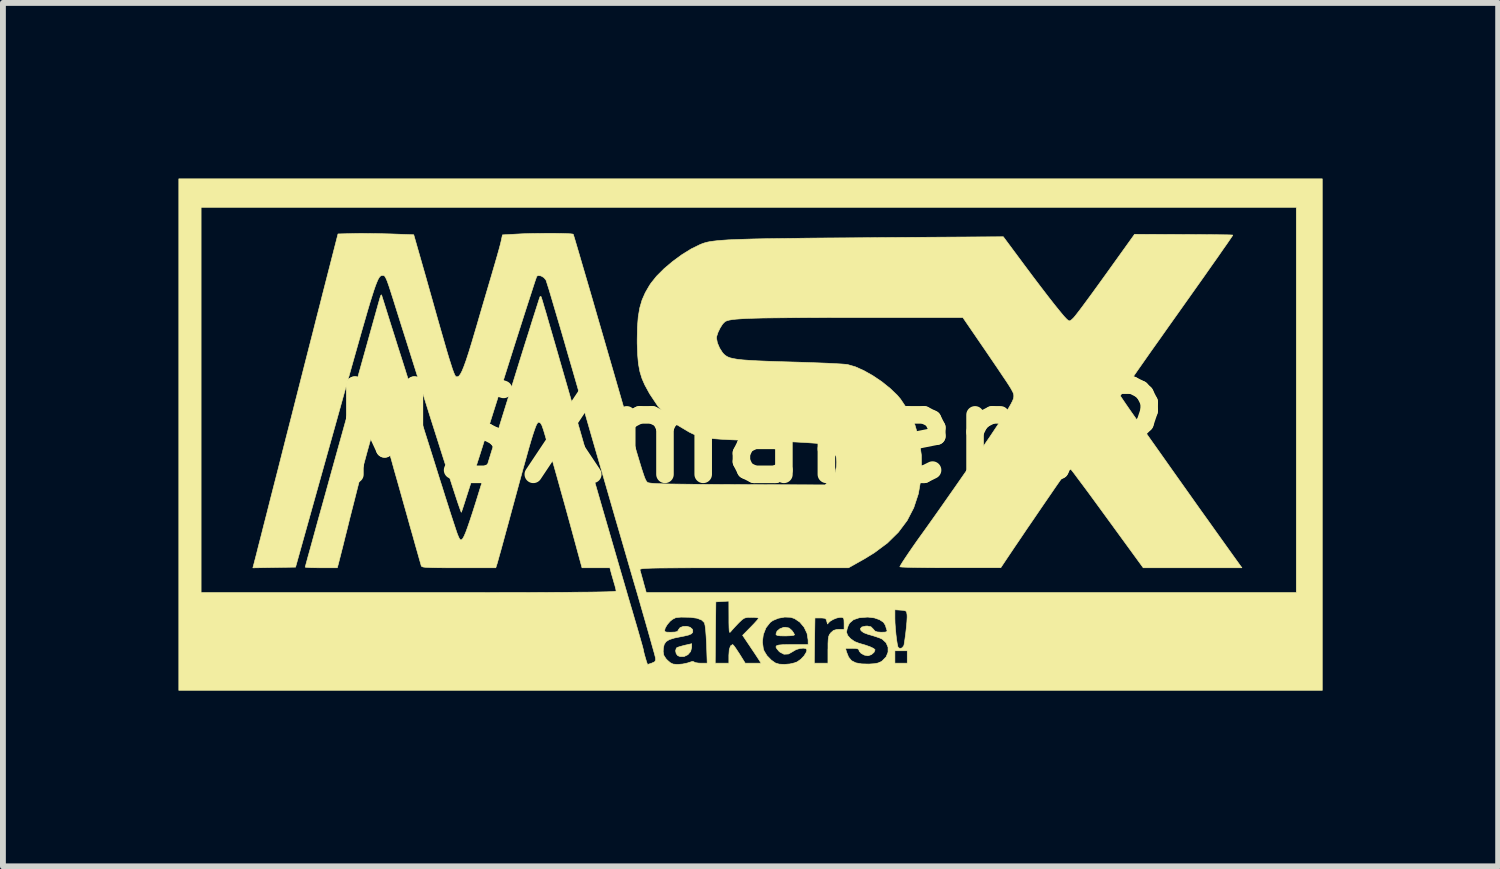
<source format=kicad_pcb>
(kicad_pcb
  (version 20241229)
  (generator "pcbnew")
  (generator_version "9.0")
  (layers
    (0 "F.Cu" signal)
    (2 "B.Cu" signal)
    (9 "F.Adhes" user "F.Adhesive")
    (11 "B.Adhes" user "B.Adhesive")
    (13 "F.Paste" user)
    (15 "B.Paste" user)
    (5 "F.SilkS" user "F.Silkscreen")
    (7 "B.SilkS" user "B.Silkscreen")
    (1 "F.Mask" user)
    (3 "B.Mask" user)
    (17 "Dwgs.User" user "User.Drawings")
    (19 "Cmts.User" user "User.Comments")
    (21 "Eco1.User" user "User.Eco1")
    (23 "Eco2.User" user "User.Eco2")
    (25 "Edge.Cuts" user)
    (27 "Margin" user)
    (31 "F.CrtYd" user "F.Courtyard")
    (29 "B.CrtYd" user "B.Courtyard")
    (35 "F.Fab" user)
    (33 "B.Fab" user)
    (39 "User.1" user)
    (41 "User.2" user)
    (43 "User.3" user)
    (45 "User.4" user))
  (footprint "MSXmakers2"
    (layer "F.Cu")
    (at 9.763 4.365)
    (property "Reference" "MSXmakers2" (at 0 0 0) (layer "F.SilkS") (effects (font (size 1.524 1.524) (thickness 0.3))))
    (attr through_hole)
    (fp_poly (pts (xy -0.995 3.644) (xy -1.013 3.716) (xy -1.06 3.771) (xy -1.124 3.802) (xy -1.195 3.802) (xy -1.233 3.787) (xy -1.26 3.752) (xy -1.27 3.704) (xy -1.258 3.661) (xy -1.247 3.65) (xy -1.215 3.638) (xy -1.156 3.621) (xy -1.11 3.609) (xy -0.995 3.583) (xy -0.995 3.644)) (stroke (width 0.01) (type solid)) (fill yes) (layer "F.SilkS"))
    (fp_poly (pts (xy 0.669 3.315) (xy 0.718 3.358) (xy 0.748 3.401) (xy 0.762 3.431) (xy 0.762 3.432) (xy 0.743 3.441) (xy 0.691 3.447) (xy 0.618 3.45) (xy 0.603 3.45) (xy 0.52 3.449) (xy 0.47 3.442) (xy 0.448 3.431) (xy 0.445 3.418) (xy 0.463 3.369) (xy 0.512 3.328) (xy 0.576 3.304) (xy 0.602 3.302) (xy 0.669 3.315)) (stroke (width 0.01) (type solid)) (fill yes) (layer "F.SilkS"))
    (fp_poly (pts (xy 9.779 4.381) (xy -9.758 4.381) (xy -9.758 -3.873) (xy -9.377 -3.873) (xy -9.377 2.709) (xy -5.831 2.709) (xy -5.361 2.709) (xy -4.932 2.709) (xy -4.542 2.709) (xy -4.189 2.708) (xy -3.873 2.708) (xy -3.59 2.707) (xy -3.341 2.706) (xy -3.122 2.705) (xy -2.933 2.703) (xy -2.771 2.702) (xy -2.636 2.7) (xy -2.526 2.698) (xy -2.438 2.696) (xy -2.372 2.693) (xy -2.326 2.69) (xy -2.298 2.687) (xy -2.287 2.684) (xy -2.286 2.683) (xy -2.292 2.649) (xy -2.307 2.59) (xy -2.319 2.551) (xy -2.342 2.47) (xy -2.365 2.392) (xy -2.372 2.365) (xy -2.393 2.286) (xy -2.869 2.286) (xy -3.046 1.635) (xy -3.105 1.42) (xy -3.166 1.198) (xy -3.229 0.974) (xy -3.29 0.754) (xy -3.349 0.545) (xy -3.404 0.352) (xy -3.454 0.181) (xy -3.495 0.039) (xy -3.527 -0.068) (xy -3.529 -0.074) (xy -3.555 -0.148) (xy -3.579 -0.188) (xy -3.606 -0.201) (xy -3.608 -0.201) (xy -3.62 -0.197) (xy -3.632 -0.183) (xy -3.647 -0.158) (xy -3.664 -0.117) (xy -3.685 -0.058) (xy -3.711 0.02) (xy -3.742 0.121) (xy -3.779 0.248) (xy -3.822 0.403) (xy -3.874 0.588) (xy -3.934 0.807) (xy -4.003 1.061) (xy -4.077 1.333) (xy -4.126 1.515) (xy -4.173 1.686) (xy -4.215 1.841) (xy -4.252 1.976) (xy -4.283 2.086) (xy -4.305 2.166) (xy -4.318 2.212) (xy -4.32 2.217) (xy -4.342 2.286) (xy -4.974 2.286) (xy -5.155 2.286) (xy -5.298 2.285) (xy -5.408 2.284) (xy -5.488 2.281) (xy -5.545 2.278) (xy -5.582 2.273) (xy -5.603 2.266) (xy -5.613 2.257) (xy -5.617 2.249) (xy -5.628 2.208) (xy -5.65 2.132) (xy -5.68 2.025) (xy -5.718 1.892) (xy -5.761 1.737) (xy -5.81 1.566) (xy -5.861 1.382) (xy -5.915 1.191) (xy -5.969 0.998) (xy -6.023 0.806) (xy -6.076 0.621) (xy -6.124 0.447) (xy -6.169 0.288) (xy -6.208 0.151) (xy -6.239 0.038) (xy -6.263 -0.045) (xy -6.276 -0.093) (xy -6.278 -0.101) (xy -6.306 -0.176) (xy -6.337 -0.209) (xy -6.371 -0.201) (xy -6.389 -0.184) (xy -6.404 -0.152) (xy -6.427 -0.084) (xy -6.458 0.019) (xy -6.497 0.151) (xy -6.541 0.309) (xy -6.59 0.49) (xy -6.644 0.689) (xy -6.7 0.903) (xy -6.757 1.129) (xy -6.816 1.361) (xy -6.836 1.439) (xy -6.877 1.607) (xy -6.917 1.765) (xy -6.952 1.907) (xy -6.983 2.029) (xy -7.007 2.123) (xy -7.023 2.186) (xy -7.028 2.207) (xy -7.05 2.286) (xy -7.325 2.286) (xy -7.427 2.285) (xy -7.512 2.283) (xy -7.571 2.279) (xy -7.598 2.275) (xy -7.599 2.274) (xy -7.593 2.253) (xy -7.577 2.194) (xy -7.552 2.101) (xy -7.517 1.976) (xy -7.475 1.823) (xy -7.426 1.645) (xy -7.371 1.445) (xy -7.31 1.227) (xy -7.245 0.993) (xy -7.177 0.746) (xy -7.106 0.49) (xy -7.033 0.228) (xy -6.959 -0.037) (xy -6.886 -0.301) (xy -6.813 -0.563) (xy -6.742 -0.818) (xy -6.674 -1.063) (xy -6.609 -1.296) (xy -6.548 -1.513) (xy -6.493 -1.711) (xy -6.444 -1.886) (xy -6.402 -2.036) (xy -6.368 -2.158) (xy -6.343 -2.248) (xy -6.327 -2.303) (xy -6.324 -2.316) (xy -6.308 -2.365) (xy -6.297 -2.378) (xy -6.288 -2.359) (xy -6.285 -2.347) (xy -6.276 -2.319) (xy -6.255 -2.253) (xy -6.224 -2.154) (xy -6.184 -2.026) (xy -6.136 -1.873) (xy -6.08 -1.697) (xy -6.019 -1.502) (xy -5.952 -1.293) (xy -5.882 -1.072) (xy -5.878 -1.058) (xy -5.8 -0.811) (xy -5.718 -0.554) (xy -5.636 -0.295) (xy -5.556 -0.039) (xy -5.478 0.207) (xy -5.406 0.435) (xy -5.342 0.64) (xy -5.287 0.815) (xy -5.263 0.889) (xy -5.21 1.059) (xy -5.158 1.221) (xy -5.111 1.369) (xy -5.069 1.497) (xy -5.035 1.6) (xy -5.011 1.673) (xy -5 1.704) (xy -4.984 1.744) (xy -4.969 1.777) (xy -4.955 1.8) (xy -4.94 1.81) (xy -4.924 1.806) (xy -4.905 1.784) (xy -4.883 1.744) (xy -4.856 1.681) (xy -4.824 1.594) (xy -4.785 1.48) (xy -4.738 1.338) (xy -4.683 1.165) (xy -4.619 0.958) (xy -4.543 0.715) (xy -4.463 0.455) (xy -4.339 0.055) (xy -4.223 -0.319) (xy -4.115 -0.665) (xy -4.016 -0.983) (xy -3.927 -1.271) (xy -3.847 -1.527) (xy -3.776 -1.751) (xy -3.717 -1.941) (xy -3.667 -2.097) (xy -3.629 -2.216) (xy -3.603 -2.298) (xy -3.588 -2.341) (xy -3.585 -2.348) (xy -3.569 -2.348) (xy -3.561 -2.326) (xy -3.543 -2.268) (xy -3.516 -2.176) (xy -3.48 -2.056) (xy -3.438 -1.909) (xy -3.389 -1.741) (xy -3.335 -1.555) (xy -3.277 -1.354) (xy -3.25 -1.259) (xy -3.119 -0.805) (xy -2.991 -0.36) (xy -2.866 0.073) (xy -2.746 0.492) (xy -2.63 0.893) (xy -2.52 1.274) (xy -2.416 1.632) (xy -2.32 1.963) (xy -2.232 2.266) (xy -2.153 2.536) (xy -2.084 2.773) (xy -2.026 2.971) (xy -2.019 2.993) (xy -1.972 3.155) (xy -1.928 3.304) (xy -1.89 3.436) (xy -1.859 3.545) (xy -1.836 3.626) (xy -1.823 3.676) (xy -1.82 3.688) (xy -1.815 3.718) (xy -1.802 3.77) (xy -1.784 3.832) (xy -1.767 3.889) (xy -1.753 3.928) (xy -1.748 3.937) (xy -1.726 3.931) (xy -1.68 3.916) (xy -1.673 3.913) (xy -1.627 3.892) (xy -1.612 3.864) (xy -1.614 3.823) (xy -1.622 3.792) (xy -1.64 3.724) (xy -1.642 3.718) (xy -1.482 3.718) (xy -1.472 3.78) (xy -1.436 3.837) (xy -1.41 3.865) (xy -1.359 3.909) (xy -1.313 3.931) (xy -1.249 3.937) (xy -1.229 3.937) (xy -1.147 3.93) (xy -1.068 3.913) (xy -1.042 3.904) (xy -0.984 3.886) (xy -0.957 3.892) (xy -0.956 3.894) (xy -0.933 3.906) (xy -0.881 3.914) (xy -0.84 3.916) (xy -0.73 3.916) (xy -0.73 3.916) (xy -0.593 3.916) (xy -0.36 3.916) (xy -0.36 3.782) (xy -0.353 3.683) (xy -0.331 3.621) (xy -0.297 3.598) (xy -0.294 3.598) (xy -0.276 3.615) (xy -0.243 3.66) (xy -0.2 3.725) (xy -0.179 3.757) (xy -0.08 3.916) (xy 0.191 3.916) (xy 0.154 3.858) (xy 0.126 3.815) (xy 0.082 3.748) (xy 0.028 3.668) (xy -0.004 3.62) (xy -0.051 3.55) (xy 0.213 3.55) (xy 0.229 3.67) (xy 0.242 3.707) (xy 0.291 3.787) (xy 0.365 3.863) (xy 0.434 3.912) (xy 0.499 3.932) (xy 0.588 3.937) (xy 0.684 3.929) (xy 0.739 3.916) (xy 1.1 3.916) (xy 1.333 3.916) (xy 1.333 3.684) (xy 1.334 3.662) (xy 1.633 3.662) (xy 1.651 3.725) (xy 1.686 3.812) (xy 1.736 3.873) (xy 1.809 3.91) (xy 1.91 3.928) (xy 2.032 3.931) (xy 2.125 3.925) (xy 2.189 3.913) (xy 2.239 3.891) (xy 2.259 3.878) (xy 2.327 3.808) (xy 2.36 3.727) (xy 2.36 3.704) (xy 2.477 3.704) (xy 2.477 3.916) (xy 2.688 3.916) (xy 2.688 3.704) (xy 2.477 3.704) (xy 2.36 3.704) (xy 2.36 3.644) (xy 2.327 3.567) (xy 2.262 3.506) (xy 2.214 3.484) (xy 2.138 3.458) (xy 2.051 3.432) (xy 2.024 3.425) (xy 1.944 3.395) (xy 1.898 3.36) (xy 1.887 3.326) (xy 1.911 3.298) (xy 1.973 3.283) (xy 2.005 3.281) (xy 2.068 3.294) (xy 2.108 3.334) (xy 2.136 3.367) (xy 2.175 3.382) (xy 2.239 3.387) (xy 2.248 3.387) (xy 2.311 3.385) (xy 2.34 3.376) (xy 2.343 3.358) (xy 2.341 3.353) (xy 2.325 3.305) (xy 2.316 3.271) (xy 2.282 3.217) (xy 2.215 3.173) (xy 2.152 3.151) (xy 2.477 3.151) (xy 2.479 3.23) (xy 2.486 3.324) (xy 2.495 3.423) (xy 2.506 3.515) (xy 2.518 3.59) (xy 2.529 3.637) (xy 2.532 3.646) (xy 2.563 3.665) (xy 2.6 3.654) (xy 2.628 3.619) (xy 2.633 3.604) (xy 2.647 3.515) (xy 2.661 3.411) (xy 2.673 3.304) (xy 2.682 3.206) (xy 2.686 3.128) (xy 2.685 3.09) (xy 2.678 3.045) (xy 2.661 3.023) (xy 2.622 3.013) (xy 2.577 3.01) (xy 2.477 3.003) (xy 2.477 3.151) (xy 2.152 3.151) (xy 2.125 3.142) (xy 2.019 3.129) (xy 2.002 3.129) (xy 1.868 3.14) (xy 1.77 3.173) (xy 1.704 3.229) (xy 1.682 3.269) (xy 1.661 3.33) (xy 1.651 3.383) (xy 1.651 3.388) (xy 1.67 3.442) (xy 1.719 3.497) (xy 1.788 3.546) (xy 1.865 3.576) (xy 1.969 3.606) (xy 2.054 3.636) (xy 2.113 3.664) (xy 2.137 3.686) (xy 2.138 3.688) (xy 2.12 3.731) (xy 2.076 3.769) (xy 2.022 3.788) (xy 2.012 3.789) (xy 1.953 3.777) (xy 1.899 3.747) (xy 1.867 3.71) (xy 1.863 3.692) (xy 1.851 3.674) (xy 1.811 3.664) (xy 1.748 3.662) (xy 1.633 3.662) (xy 1.334 3.662) (xy 1.334 3.58) (xy 1.338 3.509) (xy 1.345 3.462) (xy 1.358 3.429) (xy 1.379 3.4) (xy 1.383 3.396) (xy 1.428 3.356) (xy 1.485 3.34) (xy 1.52 3.339) (xy 1.609 3.339) (xy 1.609 3.236) (xy 1.607 3.174) (xy 1.598 3.144) (xy 1.574 3.134) (xy 1.542 3.133) (xy 1.486 3.143) (xy 1.423 3.168) (xy 1.368 3.201) (xy 1.335 3.234) (xy 1.331 3.246) (xy 1.326 3.245) (xy 1.316 3.212) (xy 1.315 3.207) (xy 1.303 3.167) (xy 1.28 3.149) (xy 1.234 3.144) (xy 1.206 3.143) (xy 1.111 3.143) (xy 1.105 3.53) (xy 1.1 3.916) (xy 0.739 3.916) (xy 0.771 3.908) (xy 0.806 3.894) (xy 0.87 3.849) (xy 0.926 3.79) (xy 0.963 3.729) (xy 0.974 3.688) (xy 0.956 3.666) (xy 0.912 3.659) (xy 0.853 3.665) (xy 0.791 3.683) (xy 0.74 3.712) (xy 0.737 3.715) (xy 0.659 3.759) (xy 0.582 3.763) (xy 0.513 3.727) (xy 0.496 3.712) (xy 0.46 3.669) (xy 0.444 3.639) (xy 0.454 3.619) (xy 0.493 3.606) (xy 0.564 3.6) (xy 0.672 3.598) (xy 0.72 3.598) (xy 0.995 3.598) (xy 0.994 3.519) (xy 0.976 3.407) (xy 0.926 3.302) (xy 0.853 3.215) (xy 0.763 3.154) (xy 0.696 3.132) (xy 0.594 3.128) (xy 0.486 3.148) (xy 0.392 3.187) (xy 0.346 3.22) (xy 0.274 3.312) (xy 0.229 3.427) (xy 0.213 3.55) (xy -0.051 3.55) (xy -0.125 3.44) (xy 0.012 3.301) (xy 0.072 3.239) (xy 0.118 3.188) (xy 0.145 3.155) (xy 0.148 3.148) (xy 0.129 3.14) (xy 0.079 3.134) (xy 0.025 3.133) (xy -0.043 3.134) (xy -0.089 3.144) (xy -0.13 3.169) (xy -0.18 3.216) (xy -0.197 3.233) (xy -0.253 3.292) (xy -0.301 3.345) (xy -0.327 3.376) (xy -0.34 3.389) (xy -0.349 3.386) (xy -0.354 3.36) (xy -0.357 3.307) (xy -0.359 3.22) (xy -0.359 3.137) (xy -0.36 2.855) (xy -0.471 2.862) (xy -0.582 2.868) (xy -0.588 3.392) (xy -0.593 3.916) (xy -0.73 3.916) (xy -0.741 3.593) (xy -0.748 3.462) (xy -0.756 3.354) (xy -0.766 3.273) (xy -0.777 3.228) (xy -0.778 3.224) (xy -0.824 3.179) (xy -0.904 3.148) (xy -1.019 3.132) (xy -1.172 3.129) (xy -1.191 3.13) (xy -1.266 3.138) (xy -1.322 3.166) (xy -1.365 3.201) (xy -1.412 3.256) (xy -1.445 3.311) (xy -1.451 3.328) (xy -1.457 3.362) (xy -1.449 3.379) (xy -1.418 3.386) (xy -1.353 3.387) (xy -1.349 3.387) (xy -1.28 3.384) (xy -1.242 3.375) (xy -1.225 3.354) (xy -1.222 3.345) (xy -1.193 3.308) (xy -1.14 3.288) (xy -1.079 3.286) (xy -1.022 3.302) (xy -0.984 3.335) (xy -0.977 3.352) (xy -0.977 3.387) (xy -0.998 3.413) (xy -1.045 3.434) (xy -1.125 3.453) (xy -1.167 3.461) (xy -1.29 3.486) (xy -1.377 3.513) (xy -1.433 3.548) (xy -1.465 3.596) (xy -1.479 3.661) (xy -1.482 3.718) (xy -1.642 3.718) (xy -1.669 3.622) (xy -1.706 3.49) (xy -1.751 3.331) (xy -1.803 3.149) (xy -1.861 2.947) (xy -1.924 2.728) (xy -1.992 2.497) (xy -2.038 2.339) (xy -2.113 2.08) (xy -2.198 1.787) (xy -2.291 1.468) (xy -2.389 1.129) (xy -2.49 0.779) (xy -2.593 0.424) (xy -2.695 0.072) (xy -2.794 -0.272) (xy -2.888 -0.598) (xy -2.953 -0.826) (xy -3.029 -1.09) (xy -3.103 -1.343) (xy -3.172 -1.583) (xy -3.237 -1.806) (xy -3.297 -2.008) (xy -3.35 -2.188) (xy -3.395 -2.341) (xy -3.432 -2.465) (xy -3.461 -2.556) (xy -3.479 -2.613) (xy -3.485 -2.63) (xy -3.521 -2.673) (xy -3.57 -2.701) (xy -3.617 -2.707) (xy -3.64 -2.696) (xy -3.649 -2.674) (xy -3.67 -2.614) (xy -3.701 -2.519) (xy -3.742 -2.392) (xy -3.793 -2.235) (xy -3.852 -2.052) (xy -3.918 -1.845) (xy -3.991 -1.617) (xy -4.069 -1.371) (xy -4.152 -1.108) (xy -4.239 -0.833) (xy -4.288 -0.677) (xy -4.377 -0.396) (xy -4.462 -0.127) (xy -4.542 0.128) (xy -4.618 0.367) (xy -4.688 0.585) (xy -4.75 0.782) (xy -4.805 0.953) (xy -4.851 1.096) (xy -4.887 1.209) (xy -4.913 1.288) (xy -4.928 1.331) (xy -4.931 1.338) (xy -4.939 1.321) (xy -4.959 1.266) (xy -4.99 1.177) (xy -5.03 1.056) (xy -5.079 0.906) (xy -5.136 0.729) (xy -5.201 0.53) (xy -5.271 0.311) (xy -5.346 0.074) (xy -5.426 -0.177) (xy -5.489 -0.376) (xy -5.573 -0.645) (xy -5.656 -0.909) (xy -5.736 -1.163) (xy -5.812 -1.404) (xy -5.883 -1.629) (xy -5.948 -1.833) (xy -6.005 -2.014) (xy -6.053 -2.167) (xy -6.091 -2.289) (xy -6.119 -2.376) (xy -6.129 -2.408) (xy -6.168 -2.528) (xy -6.198 -2.613) (xy -6.222 -2.667) (xy -6.241 -2.698) (xy -6.259 -2.709) (xy -6.264 -2.709) (xy -6.279 -2.709) (xy -6.294 -2.707) (xy -6.308 -2.701) (xy -6.323 -2.688) (xy -6.338 -2.668) (xy -6.355 -2.637) (xy -6.374 -2.593) (xy -6.397 -2.535) (xy -6.423 -2.46) (xy -6.453 -2.366) (xy -6.489 -2.252) (xy -6.53 -2.114) (xy -6.577 -1.951) (xy -6.632 -1.761) (xy -6.694 -1.542) (xy -6.765 -1.291) (xy -6.845 -1.006) (xy -6.935 -0.686) (xy -7.035 -0.327) (xy -7.076 -0.18) (xy -7.763 2.275) (xy -8.128 2.281) (xy -8.493 2.287) (xy -8.48 2.239) (xy -8.473 2.212) (xy -8.456 2.146) (xy -8.43 2.046) (xy -8.397 1.914) (xy -8.355 1.752) (xy -8.308 1.565) (xy -8.254 1.355) (xy -8.196 1.125) (xy -8.133 0.878) (xy -8.066 0.617) (xy -8.001 0.36) (xy -7.925 0.06) (xy -7.846 -0.248) (xy -7.767 -0.56) (xy -7.688 -0.87) (xy -7.611 -1.174) (xy -7.537 -1.464) (xy -7.467 -1.737) (xy -7.404 -1.987) (xy -7.347 -2.208) (xy -7.3 -2.395) (xy -7.287 -2.445) (xy -7.038 -3.418) (xy -6.773 -3.425) (xy -6.659 -3.427) (xy -6.516 -3.426) (xy -6.36 -3.424) (xy -6.205 -3.42) (xy -6.126 -3.418) (xy -5.744 -3.404) (xy -5.634 -3.019) (xy -5.59 -2.865) (xy -5.541 -2.694) (xy -5.493 -2.523) (xy -5.449 -2.367) (xy -5.429 -2.297) (xy -5.353 -2.026) (xy -5.287 -1.794) (xy -5.23 -1.597) (xy -5.183 -1.433) (xy -5.143 -1.299) (xy -5.109 -1.193) (xy -5.083 -1.111) (xy -5.061 -1.052) (xy -5.044 -1.011) (xy -5.03 -0.988) (xy -5.019 -0.978) (xy -5.019 -0.978) (xy -4.996 -0.977) (xy -4.972 -0.99) (xy -4.947 -1.022) (xy -4.919 -1.075) (xy -4.887 -1.153) (xy -4.849 -1.258) (xy -4.805 -1.393) (xy -4.753 -1.562) (xy -4.692 -1.768) (xy -4.667 -1.852) (xy -4.617 -2.025) (xy -4.563 -2.209) (xy -4.509 -2.392) (xy -4.458 -2.565) (xy -4.414 -2.714) (xy -4.394 -2.783) (xy -4.356 -2.913) (xy -4.32 -3.038) (xy -4.289 -3.148) (xy -4.266 -3.234) (xy -4.254 -3.283) (xy -4.228 -3.402) (xy -3.993 -3.415) (xy -3.878 -3.421) (xy -3.75 -3.425) (xy -3.614 -3.427) (xy -3.478 -3.428) (xy -3.348 -3.428) (xy -3.231 -3.427) (xy -3.133 -3.424) (xy -3.062 -3.42) (xy -3.024 -3.415) (xy -3.019 -3.412) (xy -3.011 -3.389) (xy -2.992 -3.327) (xy -2.963 -3.229) (xy -2.924 -3.097) (xy -2.876 -2.932) (xy -2.819 -2.738) (xy -2.754 -2.516) (xy -2.682 -2.269) (xy -2.604 -1.998) (xy -2.519 -1.706) (xy -2.429 -1.395) (xy -2.334 -1.068) (xy -2.235 -0.725) (xy -2.151 -0.434) (xy -2.078 -0.179) (xy -2.015 0.038) (xy -1.962 0.221) (xy -1.917 0.372) (xy -1.88 0.495) (xy -1.85 0.593) (xy -1.825 0.669) (xy -1.806 0.725) (xy -1.79 0.766) (xy -1.776 0.794) (xy -1.765 0.812) (xy -1.754 0.823) (xy -1.747 0.829) (xy -1.731 0.834) (xy -1.702 0.839) (xy -1.655 0.844) (xy -1.588 0.848) (xy -1.499 0.851) (xy -1.384 0.854) (xy -1.242 0.856) (xy -1.07 0.858) (xy -0.864 0.86) (xy -0.623 0.862) (xy -0.343 0.863) (xy -0.21 0.864) (xy 1.283 0.87) (xy 1.343 0.811) (xy 1.416 0.728) (xy 1.459 0.649) (xy 1.478 0.556) (xy 1.482 0.48) (xy 1.47 0.356) (xy 1.434 0.264) (xy 1.372 0.201) (xy 1.354 0.19) (xy 1.314 0.18) (xy 1.235 0.169) (xy 1.121 0.158) (xy 0.977 0.148) (xy 0.804 0.138) (xy 0.608 0.129) (xy 0.392 0.121) (xy 0.254 0.117) (xy 0.012 0.111) (xy -0.191 0.104) (xy -0.361 0.097) (xy -0.502 0.089) (xy -0.618 0.08) (xy -0.713 0.069) (xy -0.792 0.056) (xy -0.86 0.04) (xy -0.919 0.021) (xy -0.976 -0.002) (xy -1.033 -0.03) (xy -1.037 -0.032) (xy -1.237 -0.151) (xy -1.414 -0.298) (xy -1.572 -0.475) (xy -1.714 -0.688) (xy -1.796 -0.838) (xy -1.844 -0.948) (xy -1.88 -1.066) (xy -1.905 -1.2) (xy -1.919 -1.358) (xy -1.926 -1.548) (xy -1.926 -1.619) (xy -1.922 -1.828) (xy -1.908 -2.004) (xy -1.882 -2.155) (xy -1.843 -2.289) (xy -1.788 -2.414) (xy -1.715 -2.54) (xy -1.69 -2.577) (xy -1.594 -2.697) (xy -1.467 -2.824) (xy -1.32 -2.948) (xy -1.162 -3.064) (xy -1.002 -3.163) (xy -0.851 -3.237) (xy -0.808 -3.254) (xy -0.772 -3.266) (xy -0.731 -3.277) (xy -0.682 -3.287) (xy -0.624 -3.295) (xy -0.555 -3.303) (xy -0.471 -3.31) (xy -0.371 -3.317) (xy -0.252 -3.322) (xy -0.112 -3.327) (xy 0.05 -3.332) (xy 0.238 -3.336) (xy 0.454 -3.339) (xy 0.7 -3.342) (xy 0.977 -3.346) (xy 1.289 -3.349) (xy 1.638 -3.351) (xy 2.026 -3.354) (xy 2.233 -3.356) (xy 4.329 -3.37) (xy 4.678 -2.9) (xy 4.832 -2.694) (xy 4.973 -2.508) (xy 5.098 -2.345) (xy 5.207 -2.206) (xy 5.296 -2.096) (xy 5.364 -2.014) (xy 5.41 -1.965) (xy 5.416 -1.959) (xy 5.446 -1.935) (xy 5.469 -1.933) (xy 5.499 -1.955) (xy 5.531 -1.986) (xy 5.558 -2.018) (xy 5.607 -2.081) (xy 5.674 -2.169) (xy 5.756 -2.28) (xy 5.85 -2.408) (xy 5.953 -2.55) (xy 6.062 -2.701) (xy 6.085 -2.733) (xy 6.572 -3.412) (xy 7.407 -3.409) (xy 7.591 -3.408) (xy 7.761 -3.407) (xy 7.913 -3.406) (xy 8.042 -3.404) (xy 8.144 -3.403) (xy 8.214 -3.401) (xy 8.248 -3.399) (xy 8.25 -3.398) (xy 8.24 -3.38) (xy 8.206 -3.33) (xy 8.152 -3.251) (xy 8.078 -3.146) (xy 7.988 -3.016) (xy 7.881 -2.865) (xy 7.762 -2.695) (xy 7.63 -2.509) (xy 7.489 -2.31) (xy 7.34 -2.1) (xy 7.294 -2.035) (xy 7.142 -1.821) (xy 6.998 -1.617) (xy 6.862 -1.426) (xy 6.738 -1.249) (xy 6.627 -1.091) (xy 6.531 -0.952) (xy 6.451 -0.836) (xy 6.39 -0.747) (xy 6.349 -0.685) (xy 6.33 -0.654) (xy 6.329 -0.652) (xy 6.341 -0.632) (xy 6.376 -0.58) (xy 6.431 -0.499) (xy 6.505 -0.392) (xy 6.596 -0.263) (xy 6.701 -0.112) (xy 6.819 0.056) (xy 6.948 0.238) (xy 7.086 0.433) (xy 7.23 0.637) (xy 7.379 0.847) (xy 7.531 1.061) (xy 7.683 1.276) (xy 7.835 1.488) (xy 7.983 1.696) (xy 8.126 1.896) (xy 8.262 2.086) (xy 8.357 2.218) (xy 8.406 2.286) (xy 6.72 2.286) (xy 6.118 1.46) (xy 5.997 1.294) (xy 5.883 1.138) (xy 5.779 0.996) (xy 5.686 0.871) (xy 5.608 0.767) (xy 5.548 0.686) (xy 5.507 0.632) (xy 5.488 0.61) (xy 5.487 0.609) (xy 5.458 0.599) (xy 5.423 0.623) (xy 5.42 0.626) (xy 5.401 0.651) (xy 5.361 0.707) (xy 5.304 0.789) (xy 5.23 0.895) (xy 5.145 1.019) (xy 5.05 1.157) (xy 4.948 1.306) (xy 4.842 1.462) (xy 4.734 1.619) (xy 4.629 1.775) (xy 4.527 1.925) (xy 4.433 2.065) (xy 4.374 2.153) (xy 4.286 2.285) (xy 3.424 2.285) (xy 3.237 2.285) (xy 3.065 2.284) (xy 2.91 2.282) (xy 2.779 2.28) (xy 2.674 2.277) (xy 2.602 2.274) (xy 2.565 2.27) (xy 2.561 2.268) (xy 2.573 2.245) (xy 2.604 2.194) (xy 2.652 2.121) (xy 2.711 2.033) (xy 2.777 1.937) (xy 2.846 1.838) (xy 2.913 1.744) (xy 2.927 1.725) (xy 2.989 1.639) (xy 3.07 1.525) (xy 3.168 1.387) (xy 3.278 1.231) (xy 3.395 1.064) (xy 3.517 0.89) (xy 3.638 0.716) (xy 3.755 0.548) (xy 3.864 0.391) (xy 3.961 0.251) (xy 4.041 0.133) (xy 4.096 0.053) (xy 4.208 -0.115) (xy 4.299 -0.252) (xy 4.37 -0.362) (xy 4.423 -0.448) (xy 4.461 -0.514) (xy 4.487 -0.565) (xy 4.502 -0.603) (xy 4.508 -0.633) (xy 4.508 -0.645) (xy 4.508 -0.663) (xy 4.505 -0.682) (xy 4.497 -0.705) (xy 4.482 -0.735) (xy 4.459 -0.777) (xy 4.425 -0.832) (xy 4.378 -0.904) (xy 4.315 -0.997) (xy 4.236 -1.115) (xy 4.138 -1.259) (xy 4.019 -1.434) (xy 3.975 -1.498) (xy 3.638 -1.99) (xy 1.803 -1.99) (xy 1.449 -1.99) (xy 1.135 -1.989) (xy 0.858 -1.988) (xy 0.617 -1.986) (xy 0.408 -1.984) (xy 0.229 -1.982) (xy 0.077 -1.978) (xy -0.049 -1.974) (xy -0.153 -1.968) (xy -0.236 -1.962) (xy -0.301 -1.955) (xy -0.352 -1.946) (xy -0.389 -1.936) (xy -0.416 -1.925) (xy -0.424 -1.921) (xy -0.465 -1.88) (xy -0.508 -1.813) (xy -0.545 -1.737) (xy -0.568 -1.667) (xy -0.571 -1.638) (xy -0.556 -1.557) (xy -0.518 -1.468) (xy -0.467 -1.388) (xy -0.439 -1.358) (xy -0.411 -1.336) (xy -0.379 -1.317) (xy -0.337 -1.301) (xy -0.282 -1.288) (xy -0.212 -1.276) (xy -0.121 -1.266) (xy -0.007 -1.258) (xy 0.133 -1.25) (xy 0.305 -1.243) (xy 0.511 -1.236) (xy 0.754 -1.229) (xy 0.826 -1.227) (xy 1.003 -1.221) (xy 1.171 -1.215) (xy 1.325 -1.209) (xy 1.458 -1.202) (xy 1.565 -1.196) (xy 1.64 -1.19) (xy 1.67 -1.186) (xy 1.799 -1.149) (xy 1.945 -1.084) (xy 2.098 -0.998) (xy 2.251 -0.895) (xy 2.392 -0.782) (xy 2.515 -0.665) (xy 2.572 -0.598) (xy 2.712 -0.389) (xy 2.819 -0.156) (xy 2.892 0.097) (xy 2.93 0.367) (xy 2.932 0.65) (xy 2.923 0.762) (xy 2.878 1.022) (xy 2.799 1.261) (xy 2.686 1.479) (xy 2.536 1.679) (xy 2.349 1.863) (xy 2.123 2.031) (xy 1.957 2.133) (xy 1.685 2.286) (xy -0.102 2.286) (xy -0.418 2.286) (xy -0.695 2.286) (xy -0.935 2.286) (xy -1.14 2.287) (xy -1.314 2.288) (xy -1.458 2.289) (xy -1.576 2.29) (xy -1.67 2.292) (xy -1.743 2.295) (xy -1.797 2.298) (xy -1.835 2.301) (xy -1.859 2.306) (xy -1.873 2.31) (xy -1.879 2.316) (xy -1.879 2.323) (xy -1.879 2.323) (xy -1.868 2.36) (xy -1.85 2.425) (xy -1.827 2.507) (xy -1.82 2.535) (xy -1.771 2.709) (xy 9.335 2.709) (xy 9.335 -3.873) (xy -9.377 -3.873) (xy -9.758 -3.873) (xy -9.758 -4.36) (xy 9.779 -4.36) (xy 9.779 4.381)) (stroke (width 0.01) (type solid)) (fill yes) (layer "F.SilkS")))
  (gr_rect
    (start -3 -3)
    (end 22.547 11.752)
    (stroke (width 0.1) (type default))
    (fill no)
    (layer "Edge.Cuts")))
</source>
